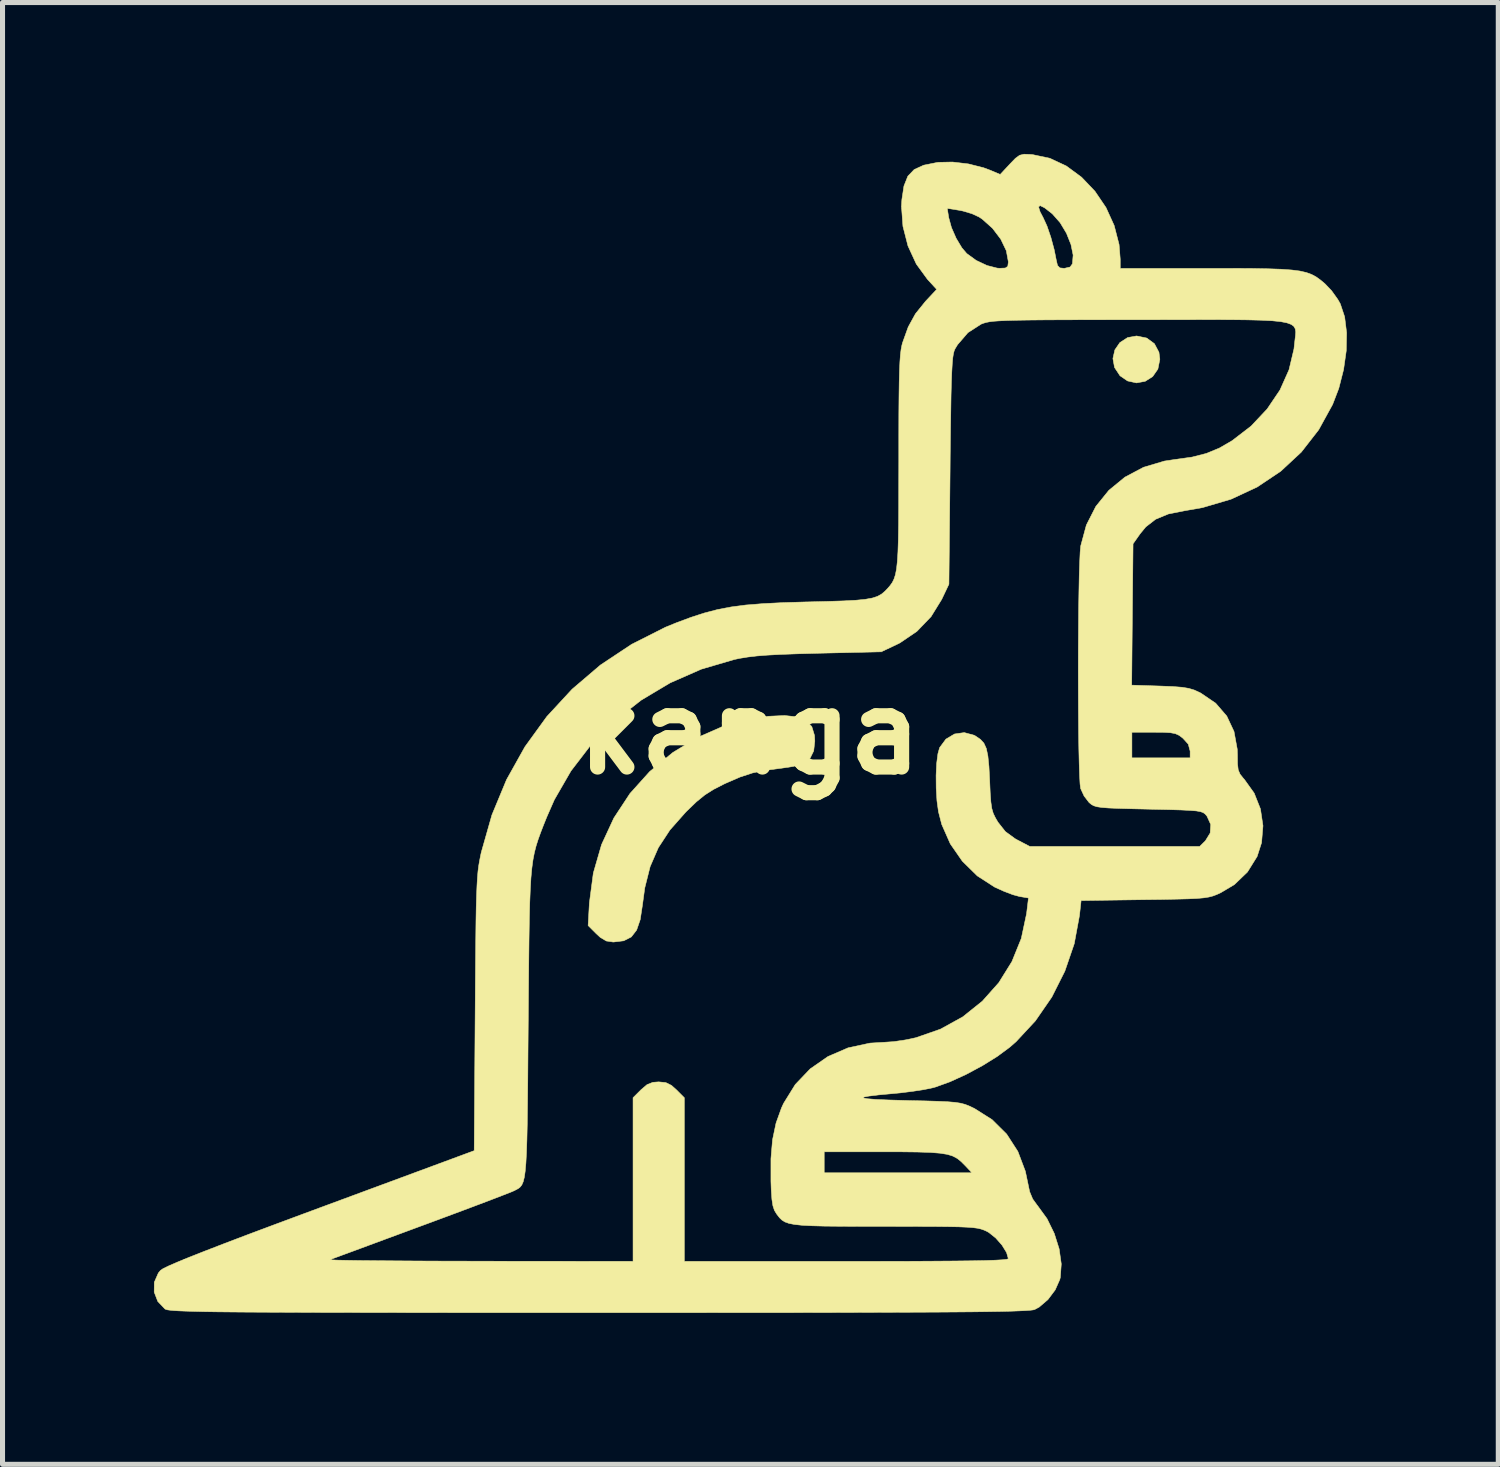
<source format=kicad_pcb>
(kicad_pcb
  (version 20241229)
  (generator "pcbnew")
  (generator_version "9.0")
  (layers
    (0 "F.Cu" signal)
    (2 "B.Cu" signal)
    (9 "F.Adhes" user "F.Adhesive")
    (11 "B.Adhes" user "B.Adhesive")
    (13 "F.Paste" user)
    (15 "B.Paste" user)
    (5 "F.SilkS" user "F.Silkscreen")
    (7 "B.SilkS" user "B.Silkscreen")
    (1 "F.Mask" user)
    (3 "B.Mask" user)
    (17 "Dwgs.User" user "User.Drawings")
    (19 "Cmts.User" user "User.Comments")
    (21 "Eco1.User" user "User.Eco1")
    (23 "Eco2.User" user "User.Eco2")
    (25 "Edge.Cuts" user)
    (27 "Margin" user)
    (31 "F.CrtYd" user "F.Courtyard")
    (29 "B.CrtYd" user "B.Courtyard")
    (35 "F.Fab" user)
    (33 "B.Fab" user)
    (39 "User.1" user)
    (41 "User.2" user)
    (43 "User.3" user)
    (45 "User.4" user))
  (footprint "kanga"
    (layer "F.Cu")
    (at 11.801 11.457)
    (property "Reference" "kanga" (at 0 0 0) (layer "F.SilkS") (effects (font (size 1.524 1.524) (thickness 0.3))))
    (attr through_hole)
    (fp_poly (pts (xy 7.867 -7.81) (xy 8.02 -7.698) (xy 8.11 -7.528) (xy 8.128 -7.389) (xy 8.089 -7.195) (xy 7.986 -7.047) (xy 7.838 -6.953) (xy 7.665 -6.921) (xy 7.488 -6.96) (xy 7.339 -7.062) (xy 7.23 -7.227) (xy 7.198 -7.404) (xy 7.237 -7.576) (xy 7.336 -7.72) (xy 7.489 -7.819) (xy 7.666 -7.851) (xy 7.867 -7.81)) (stroke (width 0.01) (type solid)) (fill yes) (layer "F.SilkS"))
    (fp_poly (pts (xy 0.944 -0.304) (xy 1.121 -0.232) (xy 1.233 -0.11) (xy 1.286 0.064) (xy 1.292 0.176) (xy 1.27 0.37) (xy 1.2 0.512) (xy 1.07 0.612) (xy 0.87 0.677) (xy 0.623 0.714) (xy 0.314 0.753) (xy 0.057 0.807) (xy -0.19 0.888) (xy -0.467 1.008) (xy -0.508 1.027) (xy -0.715 1.133) (xy -0.888 1.243) (xy -1.056 1.38) (xy -1.248 1.565) (xy -1.27 1.588) (xy -1.578 1.936) (xy -1.808 2.287) (xy -1.971 2.663) (xy -2.077 3.084) (xy -2.123 3.424) (xy -2.167 3.712) (xy -2.238 3.919) (xy -2.344 4.056) (xy -2.494 4.132) (xy -2.694 4.156) (xy -2.708 4.156) (xy -2.839 4.136) (xy -2.959 4.064) (xy -3.036 3.993) (xy -3.199 3.83) (xy -3.174 3.381) (xy -3.096 2.79) (xy -2.933 2.226) (xy -2.689 1.699) (xy -2.37 1.214) (xy -1.98 0.78) (xy -1.523 0.403) (xy -1.038 0.107) (xy -0.525 -0.118) (xy -0.008 -0.261) (xy 0.369 -0.316) (xy 0.695 -0.331) (xy 0.944 -0.304)) (stroke (width 0.01) (type solid)) (fill yes) (layer "F.SilkS"))
    (fp_poly (pts (xy 5.566 -11.447) (xy 5.605 -11.444) (xy 5.949 -11.371) (xy 6.276 -11.218) (xy 6.577 -10.996) (xy 6.842 -10.718) (xy 7.061 -10.395) (xy 7.223 -10.039) (xy 7.32 -9.663) (xy 7.343 -9.373) (xy 7.343 -9.19) (xy 9.066 -9.19) (xy 9.547 -9.19) (xy 9.945 -9.188) (xy 10.27 -9.182) (xy 10.531 -9.173) (xy 10.739 -9.158) (xy 10.903 -9.137) (xy 11.033 -9.107) (xy 11.138 -9.068) (xy 11.228 -9.019) (xy 11.312 -8.958) (xy 11.397 -8.887) (xy 11.529 -8.749) (xy 11.653 -8.576) (xy 11.703 -8.488) (xy 11.789 -8.23) (xy 11.828 -7.914) (xy 11.821 -7.558) (xy 11.768 -7.185) (xy 11.673 -6.812) (xy 11.551 -6.494) (xy 11.275 -5.992) (xy 10.93 -5.549) (xy 10.522 -5.17) (xy 10.056 -4.858) (xy 9.538 -4.617) (xy 8.972 -4.45) (xy 8.617 -4.388) (xy 8.296 -4.324) (xy 8.045 -4.22) (xy 7.849 -4.068) (xy 7.738 -3.933) (xy 7.597 -3.733) (xy 7.583 -2.333) (xy 7.57 -0.933) (xy 8.138 -0.915) (xy 8.387 -0.905) (xy 8.567 -0.891) (xy 8.7 -0.869) (xy 8.81 -0.836) (xy 8.919 -0.786) (xy 8.94 -0.775) (xy 9.234 -0.575) (xy 9.454 -0.32) (xy 9.597 -0.015) (xy 9.661 0.334) (xy 9.665 0.451) (xy 9.667 0.63) (xy 9.681 0.747) (xy 9.717 0.831) (xy 9.782 0.913) (xy 9.803 0.936) (xy 9.997 1.207) (xy 10.121 1.52) (xy 10.171 1.854) (xy 10.143 2.189) (xy 10.055 2.462) (xy 9.864 2.769) (xy 9.604 3.019) (xy 9.333 3.18) (xy 9.254 3.216) (xy 9.18 3.244) (xy 9.099 3.265) (xy 8.998 3.281) (xy 8.866 3.293) (xy 8.689 3.301) (xy 8.456 3.307) (xy 8.154 3.313) (xy 7.821 3.317) (xy 6.568 3.335) (xy 6.535 3.634) (xy 6.432 4.19) (xy 6.246 4.733) (xy 5.987 5.248) (xy 5.662 5.719) (xy 5.279 6.131) (xy 5.153 6.241) (xy 4.907 6.423) (xy 4.609 6.608) (xy 4.286 6.781) (xy 3.968 6.926) (xy 3.683 7.029) (xy 3.625 7.045) (xy 3.459 7.079) (xy 3.234 7.114) (xy 2.988 7.145) (xy 2.84 7.159) (xy 2.559 7.185) (xy 2.367 7.208) (xy 2.264 7.228) (xy 2.252 7.246) (xy 2.331 7.261) (xy 2.5 7.275) (xy 2.761 7.286) (xy 3.114 7.296) (xy 3.14 7.297) (xy 3.476 7.304) (xy 3.734 7.312) (xy 3.928 7.321) (xy 4.072 7.333) (xy 4.181 7.35) (xy 4.269 7.373) (xy 4.35 7.405) (xy 4.439 7.447) (xy 4.457 7.456) (xy 4.805 7.676) (xy 5.093 7.962) (xy 5.315 8.306) (xy 5.463 8.697) (xy 5.506 8.901) (xy 5.548 9.102) (xy 5.608 9.247) (xy 5.7 9.374) (xy 5.709 9.385) (xy 5.893 9.638) (xy 6.036 9.93) (xy 6.133 10.237) (xy 6.175 10.535) (xy 6.156 10.801) (xy 6.146 10.842) (xy 6.055 11.048) (xy 5.91 11.241) (xy 5.737 11.389) (xy 5.648 11.437) (xy 5.616 11.445) (xy 5.558 11.452) (xy 5.47 11.458) (xy 5.348 11.464) (xy 5.189 11.47) (xy 4.988 11.475) (xy 4.743 11.479) (xy 4.449 11.483) (xy 4.103 11.486) (xy 3.702 11.489) (xy 3.24 11.491) (xy 2.716 11.493) (xy 2.125 11.495) (xy 1.463 11.497) (xy 0.727 11.498) (xy -0.086 11.498) (xy -0.982 11.499) (xy -1.962 11.499) (xy -2.99 11.499) (xy -4.037 11.499) (xy -4.995 11.499) (xy -5.869 11.499) (xy -6.663 11.498) (xy -7.379 11.497) (xy -8.023 11.496) (xy -8.597 11.495) (xy -9.107 11.493) (xy -9.555 11.491) (xy -9.946 11.489) (xy -10.284 11.486) (xy -10.572 11.483) (xy -10.815 11.479) (xy -11.016 11.474) (xy -11.179 11.469) (xy -11.308 11.464) (xy -11.408 11.458) (xy -11.481 11.451) (xy -11.532 11.444) (xy -11.564 11.435) (xy -11.582 11.427) (xy -11.725 11.277) (xy -11.796 11.092) (xy -11.794 10.897) (xy -11.714 10.714) (xy -11.671 10.662) (xy -11.62 10.627) (xy -11.509 10.573) (xy -11.336 10.498) (xy -11.219 10.45) (xy -8.313 10.45) (xy -8.28 10.454) (xy -8.162 10.459) (xy -7.967 10.463) (xy -7.701 10.467) (xy -7.373 10.47) (xy -6.989 10.473) (xy -6.557 10.476) (xy -6.085 10.478) (xy -5.579 10.479) (xy -5.346 10.48) (xy -2.309 10.483) (xy -2.309 7.241) (xy -2.152 7.084) (xy -2.031 6.981) (xy -1.917 6.936) (xy -1.801 6.927) (xy -1.66 6.941) (xy -1.547 6.997) (xy -1.45 7.084) (xy -1.293 7.241) (xy -1.293 10.483) (xy 1.917 10.483) (xy 2.578 10.483) (xy 3.152 10.482) (xy 3.643 10.479) (xy 4.055 10.476) (xy 4.393 10.472) (xy 4.66 10.467) (xy 4.863 10.46) (xy 5.005 10.452) (xy 5.091 10.443) (xy 5.125 10.432) (xy 5.126 10.43) (xy 5.091 10.308) (xy 5.001 10.162) (xy 4.877 10.021) (xy 4.741 9.912) (xy 4.697 9.887) (xy 4.643 9.863) (xy 4.586 9.843) (xy 4.517 9.827) (xy 4.426 9.815) (xy 4.304 9.806) (xy 4.141 9.799) (xy 3.927 9.795) (xy 3.654 9.792) (xy 3.311 9.791) (xy 2.89 9.79) (xy 2.676 9.79) (xy 2.199 9.79) (xy 1.806 9.788) (xy 1.488 9.785) (xy 1.235 9.778) (xy 1.039 9.768) (xy 0.89 9.752) (xy 0.781 9.731) (xy 0.7 9.702) (xy 0.641 9.665) (xy 0.593 9.619) (xy 0.549 9.562) (xy 0.536 9.545) (xy 0.492 9.473) (xy 0.462 9.382) (xy 0.442 9.254) (xy 0.429 9.068) (xy 0.423 8.895) (xy 0.423 8.45) (xy 0.434 8.313) (xy 1.478 8.313) (xy 1.478 8.728) (xy 4.405 8.728) (xy 4.269 8.584) (xy 4.191 8.506) (xy 4.114 8.444) (xy 4.026 8.397) (xy 3.916 8.363) (xy 3.77 8.34) (xy 3.579 8.325) (xy 3.329 8.317) (xy 3.009 8.313) (xy 2.657 8.313) (xy 1.478 8.313) (xy 0.434 8.313) (xy 0.455 8.072) (xy 0.524 7.743) (xy 0.632 7.443) (xy 0.674 7.352) (xy 0.905 6.979) (xy 1.201 6.669) (xy 1.552 6.425) (xy 1.95 6.253) (xy 2.385 6.159) (xy 2.673 6.142) (xy 2.856 6.13) (xy 3.079 6.097) (xy 3.295 6.052) (xy 3.297 6.051) (xy 3.782 5.882) (xy 4.223 5.639) (xy 4.61 5.329) (xy 4.937 4.962) (xy 5.197 4.544) (xy 5.383 4.085) (xy 5.488 3.592) (xy 5.488 3.591) (xy 5.525 3.284) (xy 5.346 3.254) (xy 5.214 3.218) (xy 5.038 3.151) (xy 4.857 3.069) (xy 4.853 3.067) (xy 4.511 2.846) (xy 4.215 2.555) (xy 3.976 2.21) (xy 3.807 1.827) (xy 3.742 1.575) (xy 3.712 1.358) (xy 3.697 1.11) (xy 3.695 0.855) (xy 3.706 0.618) (xy 3.731 0.425) (xy 3.765 0.305) (xy 3.889 0.137) (xy 4.059 0.035) (xy 4.253 0.007) (xy 4.447 0.059) (xy 4.476 0.075) (xy 4.573 0.141) (xy 4.642 0.217) (xy 4.69 0.322) (xy 4.721 0.47) (xy 4.742 0.678) (xy 4.756 0.95) (xy 4.767 1.201) (xy 4.78 1.38) (xy 4.798 1.508) (xy 4.827 1.607) (xy 4.87 1.696) (xy 4.919 1.78) (xy 5.066 1.967) (xy 5.258 2.108) (xy 5.305 2.134) (xy 5.552 2.263) (xy 8.917 2.263) (xy 9.031 2.15) (xy 9.125 1.997) (xy 9.136 1.827) (xy 9.062 1.664) (xy 9.056 1.656) (xy 9.025 1.621) (xy 8.989 1.594) (xy 8.935 1.574) (xy 8.851 1.559) (xy 8.725 1.549) (xy 8.545 1.54) (xy 8.3 1.533) (xy 7.976 1.526) (xy 7.905 1.524) (xy 7.565 1.516) (xy 7.305 1.509) (xy 7.112 1.501) (xy 6.975 1.49) (xy 6.881 1.476) (xy 6.817 1.456) (xy 6.771 1.43) (xy 6.73 1.396) (xy 6.723 1.389) (xy 6.627 1.264) (xy 6.559 1.116) (xy 6.558 1.112) (xy 6.547 1.025) (xy 6.538 0.858) (xy 6.53 0.62) (xy 6.523 0.324) (xy 6.518 0) (xy 7.574 0) (xy 7.574 0.508) (xy 8.728 0.508) (xy 8.728 0.374) (xy 8.691 0.236) (xy 8.586 0.12) (xy 8.512 0.063) (xy 8.435 0.028) (xy 8.334 0.009) (xy 8.183 0.001) (xy 8.009 0) (xy 7.574 0) (xy 6.518 0) (xy 6.518 -0.019) (xy 6.515 -0.398) (xy 6.513 -0.802) (xy 6.512 -1.22) (xy 6.513 -1.639) (xy 6.516 -2.05) (xy 6.519 -2.44) (xy 6.525 -2.798) (xy 6.531 -3.114) (xy 6.54 -3.375) (xy 6.549 -3.571) (xy 6.56 -3.69) (xy 6.561 -3.694) (xy 6.672 -4.105) (xy 6.86 -4.474) (xy 7.118 -4.793) (xy 7.436 -5.054) (xy 7.806 -5.25) (xy 8.22 -5.373) (xy 8.421 -5.403) (xy 8.766 -5.451) (xy 9.051 -5.524) (xy 9.309 -5.631) (xy 9.559 -5.776) (xy 9.935 -6.065) (xy 10.254 -6.404) (xy 10.508 -6.78) (xy 10.687 -7.181) (xy 10.785 -7.593) (xy 10.794 -7.677) (xy 10.805 -7.775) (xy 10.815 -7.86) (xy 10.82 -7.931) (xy 10.811 -7.991) (xy 10.783 -8.041) (xy 10.73 -8.08) (xy 10.645 -8.111) (xy 10.522 -8.135) (xy 10.354 -8.152) (xy 10.135 -8.163) (xy 9.859 -8.17) (xy 9.52 -8.174) (xy 9.11 -8.175) (xy 8.625 -8.174) (xy 8.056 -8.173) (xy 7.717 -8.173) (xy 7.122 -8.173) (xy 6.613 -8.172) (xy 6.181 -8.171) (xy 5.821 -8.169) (xy 5.524 -8.166) (xy 5.284 -8.162) (xy 5.093 -8.157) (xy 4.945 -8.15) (xy 4.832 -8.142) (xy 4.747 -8.131) (xy 4.683 -8.118) (xy 4.633 -8.103) (xy 4.589 -8.086) (xy 4.583 -8.083) (xy 4.326 -7.917) (xy 4.12 -7.678) (xy 4.071 -7.597) (xy 4.053 -7.556) (xy 4.038 -7.498) (xy 4.025 -7.415) (xy 4.015 -7.299) (xy 4.006 -7.142) (xy 3.998 -6.936) (xy 3.991 -6.673) (xy 3.986 -6.345) (xy 3.98 -5.945) (xy 3.974 -5.464) (xy 3.972 -5.195) (xy 3.949 -2.933) (xy 3.806 -2.632) (xy 3.595 -2.29) (xy 3.314 -1.998) (xy 2.98 -1.771) (xy 2.91 -1.736) (xy 2.609 -1.594) (xy 1.362 -1.565) (xy 0.955 -1.554) (xy 0.625 -1.542) (xy 0.36 -1.528) (xy 0.144 -1.511) (xy -0.037 -1.49) (xy -0.195 -1.464) (xy -0.303 -1.441) (xy -0.955 -1.25) (xy -1.572 -0.979) (xy -2.147 -0.636) (xy -2.671 -0.226) (xy -3.137 0.243) (xy -3.539 0.767) (xy -3.868 1.337) (xy -4.019 1.681) (xy -4.085 1.845) (xy -4.141 1.99) (xy -4.189 2.123) (xy -4.23 2.252) (xy -4.264 2.385) (xy -4.292 2.53) (xy -4.314 2.694) (xy -4.332 2.887) (xy -4.345 3.115) (xy -4.356 3.387) (xy -4.364 3.71) (xy -4.37 4.093) (xy -4.375 4.543) (xy -4.38 5.069) (xy -4.385 5.678) (xy -4.386 5.775) (xy -4.391 6.393) (xy -4.395 6.926) (xy -4.4 7.38) (xy -4.405 7.761) (xy -4.412 8.077) (xy -4.421 8.334) (xy -4.432 8.538) (xy -4.446 8.697) (xy -4.463 8.816) (xy -4.485 8.904) (xy -4.511 8.965) (xy -4.543 9.008) (xy -4.581 9.039) (xy -4.625 9.063) (xy -4.67 9.086) (xy -4.736 9.114) (xy -4.88 9.17) (xy -5.09 9.251) (xy -5.356 9.352) (xy -5.67 9.47) (xy -6.021 9.601) (xy -6.398 9.741) (xy -6.512 9.783) (xy -6.893 9.924) (xy -7.248 10.055) (xy -7.569 10.174) (xy -7.844 10.276) (xy -8.065 10.357) (xy -8.221 10.415) (xy -8.304 10.446) (xy -8.313 10.45) (xy -11.219 10.45) (xy -11.098 10.4) (xy -10.791 10.279) (xy -10.411 10.132) (xy -9.956 9.959) (xy -9.422 9.759) (xy -8.806 9.53) (xy -8.512 9.421) (xy -5.456 8.29) (xy -5.437 5.565) (xy -5.433 4.992) (xy -5.429 4.504) (xy -5.425 4.092) (xy -5.421 3.747) (xy -5.416 3.462) (xy -5.409 3.229) (xy -5.401 3.039) (xy -5.392 2.884) (xy -5.381 2.755) (xy -5.367 2.646) (xy -5.35 2.547) (xy -5.331 2.45) (xy -5.316 2.38) (xy -5.105 1.638) (xy -4.815 0.939) (xy -4.451 0.288) (xy -4.017 -0.311) (xy -3.517 -0.852) (xy -2.956 -1.331) (xy -2.337 -1.742) (xy -1.666 -2.081) (xy -1.455 -2.167) (xy -1.165 -2.275) (xy -0.898 -2.362) (xy -0.637 -2.43) (xy -0.367 -2.482) (xy -0.071 -2.521) (xy 0.267 -2.548) (xy 0.665 -2.568) (xy 1.138 -2.582) (xy 1.155 -2.582) (xy 1.548 -2.592) (xy 1.861 -2.602) (xy 2.105 -2.615) (xy 2.29 -2.633) (xy 2.429 -2.658) (xy 2.532 -2.691) (xy 2.612 -2.735) (xy 2.679 -2.791) (xy 2.735 -2.849) (xy 2.785 -2.907) (xy 2.827 -2.966) (xy 2.861 -3.035) (xy 2.889 -3.121) (xy 2.911 -3.234) (xy 2.927 -3.382) (xy 2.939 -3.573) (xy 2.947 -3.816) (xy 2.952 -4.119) (xy 2.954 -4.49) (xy 2.955 -4.939) (xy 2.956 -5.37) (xy 2.956 -5.879) (xy 2.957 -6.304) (xy 2.96 -6.654) (xy 2.964 -6.938) (xy 2.97 -7.164) (xy 2.978 -7.341) (xy 2.988 -7.478) (xy 3.001 -7.583) (xy 3.017 -7.666) (xy 3.03 -7.716) (xy 3.143 -8.03) (xy 3.286 -8.29) (xy 3.481 -8.532) (xy 3.497 -8.55) (xy 3.707 -8.774) (xy 3.524 -8.973) (xy 3.303 -9.276) (xy 3.138 -9.634) (xy 3.038 -10.024) (xy 3.012 -10.379) (xy 3.916 -10.379) (xy 3.945 -10.196) (xy 3.999 -9.999) (xy 4.092 -9.787) (xy 4.205 -9.598) (xy 4.302 -9.484) (xy 4.489 -9.348) (xy 4.703 -9.247) (xy 4.906 -9.195) (xy 4.953 -9.192) (xy 5.067 -9.197) (xy 5.115 -9.23) (xy 5.126 -9.311) (xy 5.126 -9.323) (xy 5.086 -9.54) (xy 4.976 -9.769) (xy 4.812 -9.985) (xy 4.609 -10.166) (xy 4.548 -10.207) (xy 4.406 -10.273) (xy 4.228 -10.326) (xy 4.154 -10.341) (xy 3.916 -10.379) (xy 3.012 -10.379) (xy 3.01 -10.408) (xy 5.725 -10.408) (xy 5.755 -10.311) (xy 5.815 -10.197) (xy 5.892 -10.029) (xy 5.969 -9.804) (xy 6.035 -9.559) (xy 6.074 -9.363) (xy 6.1 -9.249) (xy 6.146 -9.2) (xy 6.234 -9.19) (xy 6.35 -9.217) (xy 6.396 -9.281) (xy 6.41 -9.453) (xy 6.367 -9.663) (xy 6.278 -9.886) (xy 6.152 -10.096) (xy 6.001 -10.267) (xy 5.99 -10.277) (xy 5.843 -10.391) (xy 5.755 -10.434) (xy 5.725 -10.408) (xy 3.01 -10.408) (xy 3.009 -10.423) (xy 3.017 -10.554) (xy 3.058 -10.822) (xy 3.135 -11.016) (xy 3.261 -11.148) (xy 3.448 -11.234) (xy 3.711 -11.287) (xy 3.742 -11.291) (xy 4.02 -11.297) (xy 4.333 -11.26) (xy 4.635 -11.184) (xy 4.769 -11.134) (xy 4.965 -11.051) (xy 5.158 -11.258) (xy 5.268 -11.372) (xy 5.35 -11.431) (xy 5.438 -11.452) (xy 5.566 -11.447)) (stroke (width 0.01) (type solid)) (fill yes) (layer "F.SilkS")))
  (gr_rect
    (start -3 -3)
    (end 26.634 25.961)
    (stroke (width 0.1) (type default))
    (fill no)
    (layer "Edge.Cuts")))
</source>
